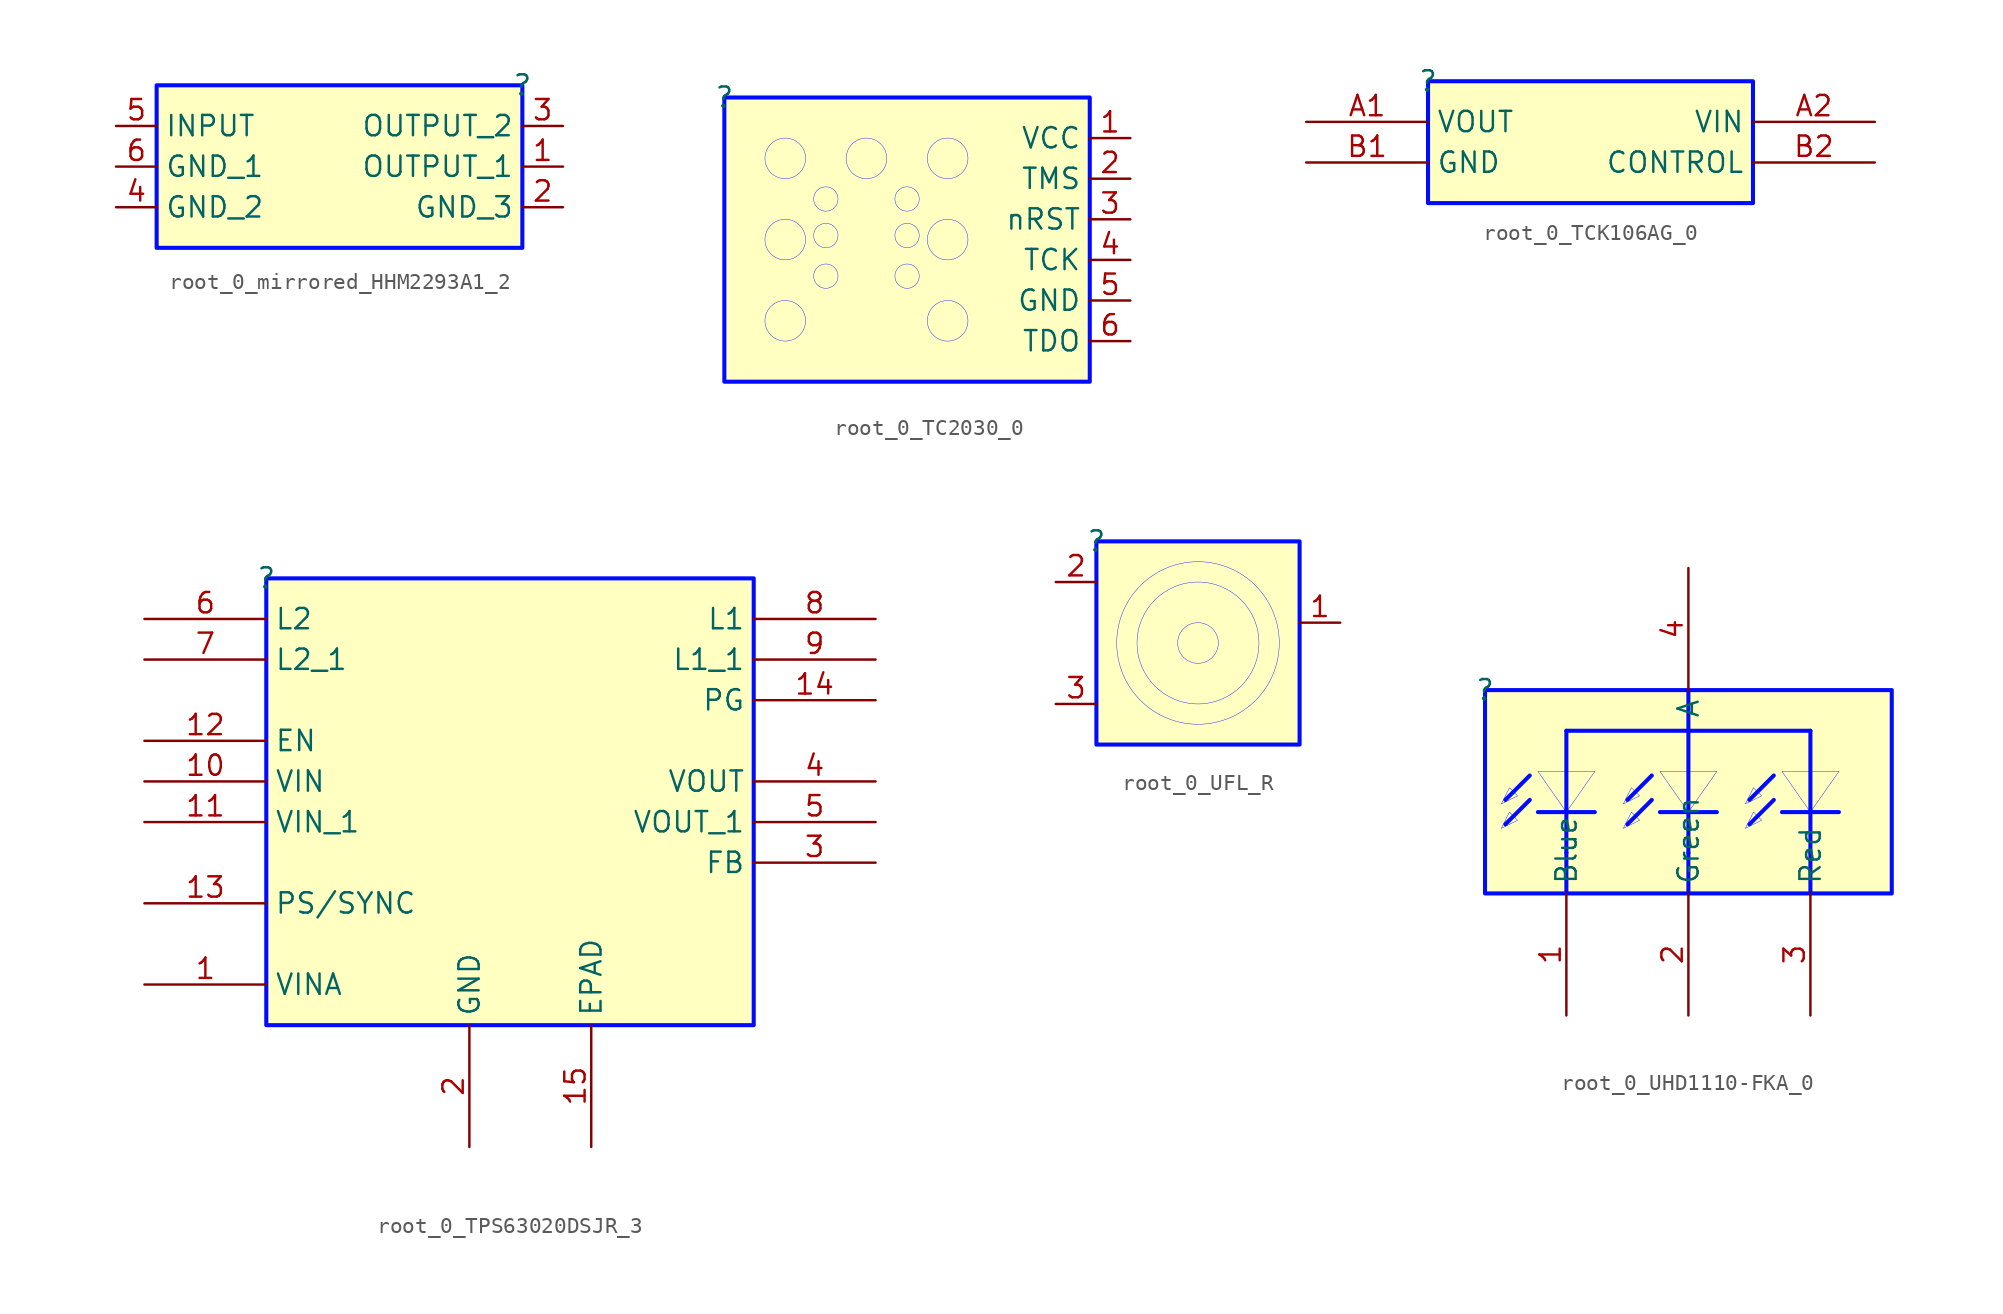
<source format=kicad_sym>
(kicad_symbol_lib
  (version 20231120)
  (generator "kicad_symbol_editor")
  (generator_version "8.0")
  (symbol "root_0_mirrored_HHM2293A1_2"
    (property "Reference" ""
      (at 0 0 0)
      (effects (font (size 1.27 1.27))))
    (property "Value" ""
      (at 0 0 0)
      (effects (font (size 1.27 1.27))))
    (symbol "root_0_mirrored_HHM2293A1_2_1_0"
      (rectangle (start 0 0) (end -22.86 -10.16) (stroke (width 0.254) (type solid) (color 0 11 255 1)) (fill (type background)))
      (pin passive line (at 2.54 -5.08 180) (length 2.54) (name "OUTPUT_1" (effects (font (size 1.27 1.27)))) (number "1" (effects (font (size 1.27 1.27)))))
      (pin power_in line (at 2.54 -7.62 180) (length 2.54) (name "GND_3" (effects (font (size 1.27 1.27)))) (number "2" (effects (font (size 1.27 1.27)))))
      (pin passive line (at 2.54 -2.54 180) (length 2.54) (name "OUTPUT_2" (effects (font (size 1.27 1.27)))) (number "3" (effects (font (size 1.27 1.27)))))
      (pin power_in line (at -25.4 -7.62 0) (length 2.54) (name "GND_2" (effects (font (size 1.27 1.27)))) (number "4" (effects (font (size 1.27 1.27)))))
      (pin passive line (at -25.4 -2.54 0) (length 2.54) (name "INPUT" (effects (font (size 1.27 1.27)))) (number "5" (effects (font (size 1.27 1.27)))))
      (pin power_in line (at -25.4 -5.08 0) (length 2.54) (name "GND_1" (effects (font (size 1.27 1.27)))) (number "6" (effects (font (size 1.27 1.27)))))))
  (symbol "root_0_TC2030_0"
    (property "Reference" ""
      (at 0 0 0)
      (effects (font (size 1.27 1.27))))
    (property "Value" ""
      (at 0 0 0)
      (effects (font (size 1.27 1.27))))
    (symbol "root_0_TC2030_0_1_0"
      (circle (center 3.81 -13.97) (radius 1.27) (stroke (width 0.025) (type solid) (color 0 11 255 1)) (fill (type none)))
      (circle (center 3.81 -8.89) (radius 1.27) (stroke (width 0.025) (type solid) (color 0 11 255 1)) (fill (type color) (color 0 0 255 1)))
      (circle (center 3.81 -3.81) (radius 1.27) (stroke (width 0.025) (type solid) (color 0 11 255 1)) (fill (type color) (color 0 0 255 1)))
      (circle (center 6.35 -11.176) (radius 0.762) (stroke (width 0.025) (type solid) (color 0 11 255 1)) (fill (type none)))
      (circle (center 6.35 -8.636) (radius 0.762) (stroke (width 0.025) (type solid) (color 0 11 255 1)) (fill (type none)))
      (circle (center 6.35 -6.35) (radius 0.762) (stroke (width 0.025) (type solid) (color 0 11 255 1)) (fill (type none)))
      (circle (center 8.89 -3.81) (radius 1.27) (stroke (width 0.025) (type solid) (color 0 11 255 1)) (fill (type none)))
      (circle (center 11.43 -11.176) (radius 0.762) (stroke (width 0.025) (type solid) (color 0 11 255 1)) (fill (type none)))
      (circle (center 11.43 -8.636) (radius 0.762) (stroke (width 0.025) (type solid) (color 0 11 255 1)) (fill (type none)))
      (circle (center 11.43 -6.35) (radius 0.762) (stroke (width 0.025) (type solid) (color 0 11 255 1)) (fill (type none)))
      (circle (center 13.97 -13.97) (radius 1.27) (stroke (width 0.025) (type solid) (color 0 11 255 1)) (fill (type none)))
      (circle (center 13.97 -8.89) (radius 1.27) (stroke (width 0.025) (type solid) (color 0 11 255 1)) (fill (type color) (color 0 0 255 1)))
      (circle (center 13.97 -3.81) (radius 1.27) (stroke (width 0.025) (type solid) (color 0 11 255 1)) (fill (type color) (color 0 0 255 1)))
      (rectangle (start 22.86 0) (end 0 -17.78) (stroke (width 0.254) (type solid) (color 0 11 255 1)) (fill (type background)))
      (pin passive line (at 25.4 -2.54 180) (length 2.54) (name "VCC" (effects (font (size 1.27 1.27)))) (number "1" (effects (font (size 1.27 1.27)))))
      (pin passive line (at 25.4 -5.08 180) (length 2.54) (name "TMS" (effects (font (size 1.27 1.27)))) (number "2" (effects (font (size 1.27 1.27)))))
      (pin passive line (at 25.4 -7.62 180) (length 2.54) (name "nRST" (effects (font (size 1.27 1.27)))) (number "3" (effects (font (size 1.27 1.27)))))
      (pin passive line (at 25.4 -10.16 180) (length 2.54) (name "TCK" (effects (font (size 1.27 1.27)))) (number "4" (effects (font (size 1.27 1.27)))))
      (pin passive line (at 25.4 -12.7 180) (length 2.54) (name "GND" (effects (font (size 1.27 1.27)))) (number "5" (effects (font (size 1.27 1.27)))))
      (pin passive line (at 25.4 -15.24 180) (length 2.54) (name "TDO" (effects (font (size 1.27 1.27)))) (number "6" (effects (font (size 1.27 1.27)))))))
  (symbol "root_0_TCK106AG_0"
    (property "Reference" ""
      (at 0 0 0)
      (effects (font (size 1.27 1.27))))
    (property "Value" ""
      (at 0 0 0)
      (effects (font (size 1.27 1.27))))
    (symbol "root_0_TCK106AG_0_1_0"
      (rectangle (start 20.32 0) (end 0 -7.62) (stroke (width 0.254) (type solid) (color 0 11 255 1)) (fill (type background)))
      (pin passive line (at -7.62 -2.54 0) (length 7.62) (name "VOUT" (effects (font (size 1.27 1.27)))) (number "A1" (effects (font (size 1.27 1.27)))))
      (pin passive line (at 27.94 -2.54 180) (length 7.62) (name "VIN" (effects (font (size 1.27 1.27)))) (number "A2" (effects (font (size 1.27 1.27)))))
      (pin passive line (at -7.62 -5.08 0) (length 7.62) (name "GND" (effects (font (size 1.27 1.27)))) (number "B1" (effects (font (size 1.27 1.27)))))
      (pin passive line (at 27.94 -5.08 180) (length 7.62) (name "CONTROL" (effects (font (size 1.27 1.27)))) (number "B2" (effects (font (size 1.27 1.27)))))))
  (symbol "root_0_TPS63020DSJR_3"
    (property "Reference" ""
      (at 0 0 0)
      (effects (font (size 1.27 1.27))))
    (property "Value" ""
      (at 0 0 0)
      (effects (font (size 1.27 1.27))))
    (symbol "root_0_TPS63020DSJR_3_1_0"
      (rectangle (start 30.48 0) (end 0 -27.94) (stroke (width 0.254) (type solid) (color 0 11 255 1)) (fill (type background)))
      (pin input line (at -7.62 -25.4 0) (length 7.62) (name "VINA" (effects (font (size 1.27 1.27)))) (number "1" (effects (font (size 1.27 1.27)))))
      (pin input line (at -7.62 -12.7 0) (length 7.62) (name "VIN" (effects (font (size 1.27 1.27)))) (number "10" (effects (font (size 1.27 1.27)))))
      (pin input line (at -7.62 -15.24 0) (length 7.62) (name "VIN_1" (effects (font (size 1.27 1.27)))) (number "11" (effects (font (size 1.27 1.27)))))
      (pin input line (at -7.62 -10.16 0) (length 7.62) (name "EN" (effects (font (size 1.27 1.27)))) (number "12" (effects (font (size 1.27 1.27)))))
      (pin input line (at -7.62 -20.32 0) (length 7.62) (name "PS/SYNC" (effects (font (size 1.27 1.27)))) (number "13" (effects (font (size 1.27 1.27)))))
      (pin output line (at 38.1 -7.62 180) (length 7.62) (name "PG" (effects (font (size 1.27 1.27)))) (number "14" (effects (font (size 1.27 1.27)))))
      (pin passive line (at 20.32 -35.56 90) (length 7.62) (name "EPAD" (effects (font (size 1.27 1.27)))) (number "15" (effects (font (size 1.27 1.27)))))
      (pin power_in line (at 12.7 -35.56 90) (length 7.62) (name "GND" (effects (font (size 1.27 1.27)))) (number "2" (effects (font (size 1.27 1.27)))))
      (pin input line (at 38.1 -17.78 180) (length 7.62) (name "FB" (effects (font (size 1.27 1.27)))) (number "3" (effects (font (size 1.27 1.27)))))
      (pin passive line (at 38.1 -12.7 180) (length 7.62) (name "VOUT" (effects (font (size 1.27 1.27)))) (number "4" (effects (font (size 1.27 1.27)))))
      (pin passive line (at 38.1 -15.24 180) (length 7.62) (name "VOUT_1" (effects (font (size 1.27 1.27)))) (number "5" (effects (font (size 1.27 1.27)))))
      (pin input line (at -7.62 -2.54 0) (length 7.62) (name "L2" (effects (font (size 1.27 1.27)))) (number "6" (effects (font (size 1.27 1.27)))))
      (pin input line (at -7.62 -5.08 0) (length 7.62) (name "L2_1" (effects (font (size 1.27 1.27)))) (number "7" (effects (font (size 1.27 1.27)))))
      (pin input line (at 38.1 -2.54 180) (length 7.62) (name "L1" (effects (font (size 1.27 1.27)))) (number "8" (effects (font (size 1.27 1.27)))))
      (pin input line (at 38.1 -5.08 180) (length 7.62) (name "L1_1" (effects (font (size 1.27 1.27)))) (number "9" (effects (font (size 1.27 1.27)))))))
  (symbol "root_0_UFL_R"
    (property "Reference" ""
      (at 0 0 0)
      (effects (font (size 1.27 1.27))))
    (property "Value" ""
      (at 0 0 0)
      (effects (font (size 1.27 1.27))))
    (symbol "root_0_UFL_R_1_0"
      (circle (center 6.35 -6.35) (radius 1.27) (stroke (width 0.025) (type solid) (color 0 11 255 1)) (fill (type none)))
      (circle (center 6.35 -6.35) (radius 3.81) (stroke (width 0.025) (type solid) (color 0 11 255 1)) (fill (type none)))
      (circle (center 6.35 -6.35) (radius 5.08) (stroke (width 0.025) (type solid) (color 0 11 255 1)) (fill (type none)))
      (rectangle (start 12.7 0) (end 0 -12.7) (stroke (width 0.254) (type solid) (color 0 11 255 1)) (fill (type background)))
      (pin passive line (at 15.24 -5.08 180) (length 2.54) (name "SIG" (effects (font (size 0 0)))) (number "1" (effects (font (size 1.27 1.27)))))
      (pin passive line (at -2.54 -2.54 0) (length 2.54) (name "SH1" (effects (font (size 0 0)))) (number "2" (effects (font (size 1.27 1.27)))))
      (pin passive line (at -2.54 -10.16 0) (length 2.54) (name "SH2" (effects (font (size 0 0)))) (number "3" (effects (font (size 1.27 1.27)))))))
  (symbol "root_0_UHD1110-FKA_0"
    (property "Reference" ""
      (at 0 0 0)
      (effects (font (size 1.27 1.27))))
    (property "Value" ""
      (at 0 0 0)
      (effects (font (size 1.27 1.27))))
    (symbol "root_0_UHD1110-FKA_0_1_0"
      (polyline (pts (xy 1.27 -8.382) (xy 2.794 -6.858)) (stroke (width 0.254) (type solid) (color 0 11 255 1)) (fill (type none)))
      (polyline (pts (xy 1.27 -6.858) (xy 2.794 -5.334)) (stroke (width 0.254) (type solid) (color 0 11 255 1)) (fill (type none)))
      (polyline (pts (xy 5.08 -10.16) (xy 5.08 -12.7)) (stroke (width 0.254) (type solid) (color 0 11 255 1)) (fill (type none)))
      (polyline (pts (xy 5.08 -2.54) (xy 5.08 -10.16)) (stroke (width 0.254) (type solid) (color 0 11 255 1)) (fill (type none)))
      (polyline (pts (xy 5.08 -2.54) (xy 20.32 -2.54)) (stroke (width 0.254) (type solid) (color 0 11 255 1)) (fill (type none)))
      (polyline (pts (xy 6.858 -7.62) (xy 3.302 -7.62)) (stroke (width 0.254) (type solid) (color 0 11 255 1)) (fill (type none)))
      (polyline (pts (xy 8.89 -8.382) (xy 10.414 -6.858)) (stroke (width 0.254) (type solid) (color 0 11 255 1)) (fill (type none)))
      (polyline (pts (xy 8.89 -6.858) (xy 10.414 -5.334)) (stroke (width 0.254) (type solid) (color 0 11 255 1)) (fill (type none)))
      (polyline (pts (xy 12.7 -10.16) (xy 12.7 -12.7)) (stroke (width 0.254) (type solid) (color 0 11 255 1)) (fill (type none)))
      (polyline (pts (xy 12.7 -2.54) (xy 12.7 -10.16)) (stroke (width 0.254) (type solid) (color 0 11 255 1)) (fill (type none)))
      (polyline (pts (xy 12.7 -2.54) (xy 12.7 0)) (stroke (width 0.254) (type solid) (color 0 11 255 1)) (fill (type none)))
      (polyline (pts (xy 14.478 -7.62) (xy 10.922 -7.62)) (stroke (width 0.254) (type solid) (color 0 11 255 1)) (fill (type none)))
      (polyline (pts (xy 16.51 -8.382) (xy 18.034 -6.858)) (stroke (width 0.254) (type solid) (color 0 11 255 1)) (fill (type none)))
      (polyline (pts (xy 16.51 -6.858) (xy 18.034 -5.334)) (stroke (width 0.254) (type solid) (color 0 11 255 1)) (fill (type none)))
      (polyline (pts (xy 20.32 -10.16) (xy 20.32 -12.7)) (stroke (width 0.254) (type solid) (color 0 11 255 1)) (fill (type none)))
      (polyline (pts (xy 20.32 -2.54) (xy 20.32 -10.16)) (stroke (width 0.254) (type solid) (color 0 11 255 1)) (fill (type none)))
      (polyline (pts (xy 22.098 -7.62) (xy 18.542 -7.62)) (stroke (width 0.254) (type solid) (color 0 11 255 1)) (fill (type none)))
      (polyline (pts (xy 2.032 -8.128) (xy 2.032 -8.128) (xy 1.016 -8.636) (xy 1.524 -7.62) (xy 2.032 -8.128) (xy 2.032 -8.128)) (stroke (width 0.025) (type solid) (color 0 11 255 1)) (fill (type color) (color 0 0 255 1)))
      (polyline (pts (xy 2.032 -6.604) (xy 2.032 -6.604) (xy 1.016 -7.112) (xy 1.524 -6.096) (xy 2.032 -6.604) (xy 2.032 -6.604)) (stroke (width 0.025) (type solid) (color 0 11 255 1)) (fill (type color) (color 0 0 255 1)))
      (polyline (pts (xy 5.08 -7.62) (xy 5.08 -7.62) (xy 3.302 -5.08) (xy 6.858 -5.08) (xy 5.08 -7.62) (xy 5.08 -7.62)) (stroke (width 0.025) (type solid) (color 0 11 255 1)) (fill (type color) (color 0 0 255 1)))
      (polyline (pts (xy 9.652 -8.128) (xy 9.652 -8.128) (xy 8.636 -8.636) (xy 9.144 -7.62) (xy 9.652 -8.128) (xy 9.652 -8.128)) (stroke (width 0.025) (type solid) (color 0 11 255 1)) (fill (type color) (color 0 0 255 1)))
      (polyline (pts (xy 9.652 -6.604) (xy 9.652 -6.604) (xy 8.636 -7.112) (xy 9.144 -6.096) (xy 9.652 -6.604) (xy 9.652 -6.604)) (stroke (width 0.025) (type solid) (color 0 11 255 1)) (fill (type color) (color 0 0 255 1)))
      (polyline (pts (xy 12.7 -7.62) (xy 12.7 -7.62) (xy 10.922 -5.08) (xy 14.478 -5.08) (xy 12.7 -7.62) (xy 12.7 -7.62)) (stroke (width 0.025) (type solid) (color 0 11 255 1)) (fill (type color) (color 0 0 255 1)))
      (polyline (pts (xy 17.272 -8.128) (xy 17.272 -8.128) (xy 16.256 -8.636) (xy 16.764 -7.62) (xy 17.272 -8.128) (xy 17.272 -8.128)) (stroke (width 0.025) (type solid) (color 0 11 255 1)) (fill (type color) (color 0 0 255 1)))
      (polyline (pts (xy 17.272 -6.604) (xy 17.272 -6.604) (xy 16.256 -7.112) (xy 16.764 -6.096) (xy 17.272 -6.604) (xy 17.272 -6.604)) (stroke (width 0.025) (type solid) (color 0 11 255 1)) (fill (type color) (color 0 0 255 1)))
      (polyline (pts (xy 20.32 -7.62) (xy 20.32 -7.62) (xy 18.542 -5.08) (xy 22.098 -5.08) (xy 20.32 -7.62) (xy 20.32 -7.62)) (stroke (width 0.025) (type solid) (color 0 11 255 1)) (fill (type color) (color 0 0 255 1)))
      (rectangle (start 25.4 0) (end 0 -12.7) (stroke (width 0.254) (type solid) (color 0 11 255 1)) (fill (type background)))
      (pin passive line (at 5.08 -20.32 90) (length 7.62) (name "Blue" (effects (font (size 1.27 1.27)))) (number "1" (effects (font (size 1.27 1.27)))))
      (pin passive line (at 12.7 -20.32 90) (length 7.62) (name "Green" (effects (font (size 1.27 1.27)))) (number "2" (effects (font (size 1.27 1.27)))))
      (pin passive line (at 20.32 -20.32 90) (length 7.62) (name "Red" (effects (font (size 1.27 1.27)))) (number "3" (effects (font (size 1.27 1.27)))))
      (pin passive line (at 12.7 7.62 270) (length 7.62) (name "A" (effects (font (size 1.27 1.27)))) (number "4" (effects (font (size 1.27 1.27))))))))
</source>
